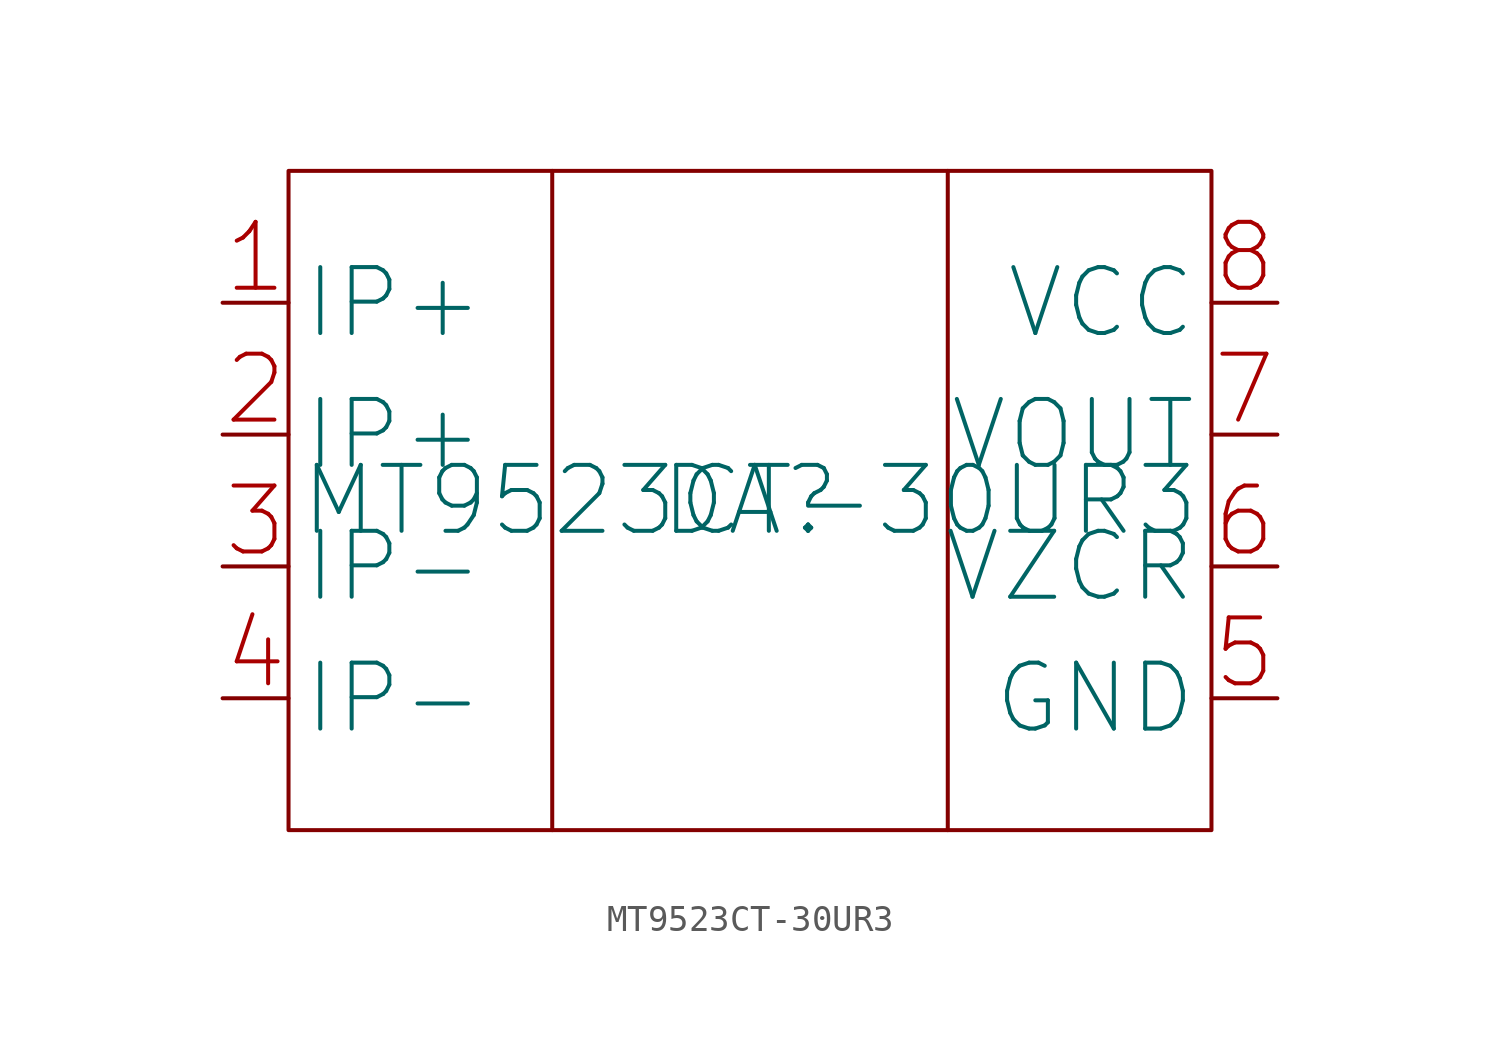
<source format=kicad_sym>
(kicad_symbol_lib
  (version 20220914)
  (generator kicad_symbol_editor)
  (symbol "MT9523CT-30UR3"
    (property "Reference" "DA"
      (at 0 0 0)
      (effects (font (size 2.5 2.5))))
    (property "Value" "MT9523CT-30UR3"
      (at 0 0 0)
      (effects (font (size 2.5 2.5))))
    (symbol "MT9523CT-30UR3_0_1"
      (rectangle (start -17.5 12.5) (end 17.5 -12.5) (stroke (width 0) (type default)) (fill (type none)))
      (polyline (pts (xy -7.5 12.5) (xy -7.5 -12.5)) (stroke (width 0) (type default)) (fill (type none)))
      (polyline (pts (xy 7.5 12.5) (xy 7.5 -12.5)) (stroke (width 0) (type default)) (fill (type none))))
    (symbol "MT9523CT-30UR3_1_1"
      (pin input line (at -20 7.5 0) (length 2.5) (name "IP+" (effects (font (size 2.5 2.5)))) (number "1" (effects (font (size 2.5 2.5)))))
      (pin input line (at -20 2.5 0) (length 2.5) (name "IP+" (effects (font (size 2.5 2.5)))) (number "2" (effects (font (size 2.5 2.5)))))
      (pin input line (at -20 -2.5 0) (length 2.5) (name "IP-" (effects (font (size 2.5 2.5)))) (number "3" (effects (font (size 2.5 2.5)))))
      (pin input line (at -20 -7.5 0) (length 2.5) (name "IP-" (effects (font (size 2.5 2.5)))) (number "4" (effects (font (size 2.5 2.5)))))
      (pin input line (at 20 -7.5 180) (length 2.5) (name "GND" (effects (font (size 2.5 2.5)))) (number "5" (effects (font (size 2.5 2.5)))))
      (pin input line (at 20 -2.5 180) (length 2.5) (name "VZCR" (effects (font (size 2.5 2.5)))) (number "6" (effects (font (size 2.5 2.5)))))
      (pin input line (at 20 2.5 180) (length 2.5) (name "VOUT" (effects (font (size 2.5 2.5)))) (number "7" (effects (font (size 2.5 2.5)))))
      (pin input line (at 20 7.5 180) (length 2.5) (name "VCC" (effects (font (size 2.5 2.5)))) (number "8" (effects (font (size 2.5 2.5))))))))
</source>
